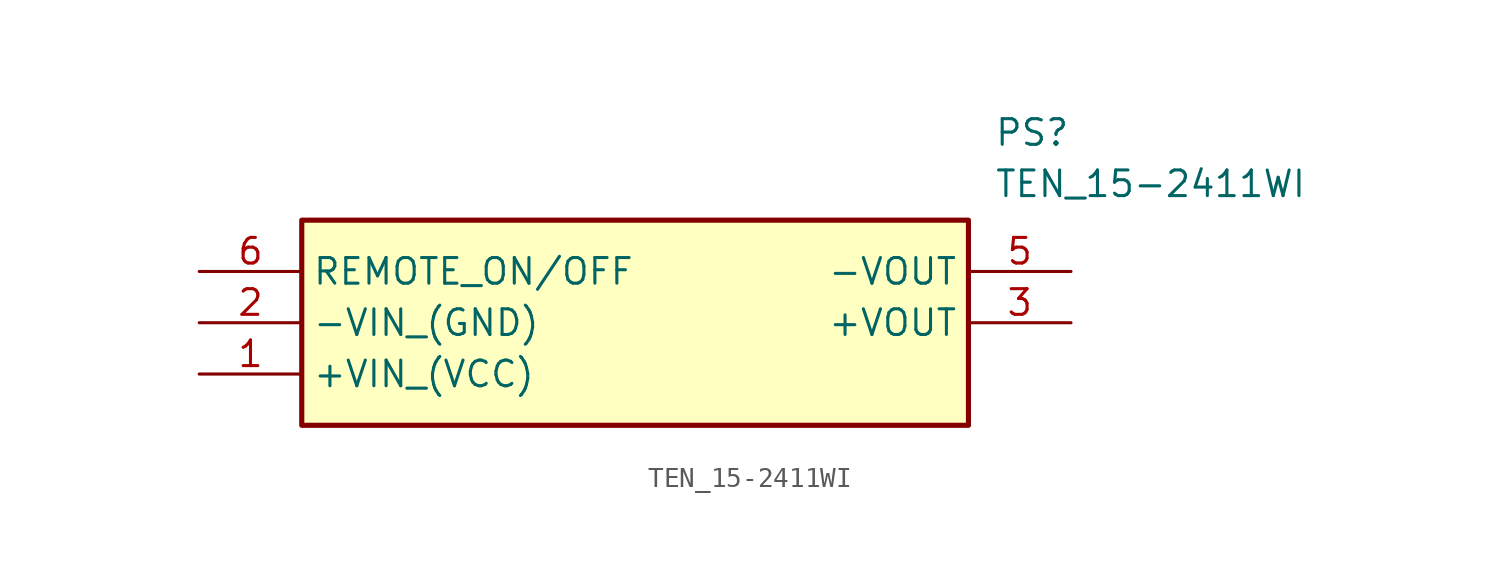
<source format=kicad_sym>
(kicad_symbol_lib
  (version 20211014)
  (generator SamacSys_ECAD_Model)
  (symbol "TEN_15-2411WI"
    (property "Reference" "PS"
      (at 39.37 7.62 0)
      (effects (font (size 1.27 1.27)) (justify left top)))
    (property "Value" "TEN_15-2411WI"
      (at 39.37 5.08 0)
      (effects (font (size 1.27 1.27)) (justify left top)))
    (rectangle
      (start 5.08 2.54)
      (end 38.1 -7.62)
      (stroke (width 0.254) (type default))
      (fill (type background)))
    (pin passive line
      (at 0 -5.08 0)
      (length 5.08)
      (name "+VIN_(VCC)" (effects (font (size 1.27 1.27))))
      (number "1" (effects (font (size 1.27 1.27)))))
    (pin passive line
      (at 0 -2.54 0)
      (length 5.08)
      (name "-VIN_(GND)" (effects (font (size 1.27 1.27))))
      (number "2" (effects (font (size 1.27 1.27)))))
    (pin passive line
      (at 43.18 -2.54 180)
      (length 5.08)
      (name "+VOUT" (effects (font (size 1.27 1.27))))
      (number "3" (effects (font (size 1.27 1.27)))))
    (pin passive line
      (at 43.18 0 180)
      (length 5.08)
      (name "-VOUT" (effects (font (size 1.27 1.27))))
      (number "5" (effects (font (size 1.27 1.27)))))
    (pin passive line
      (at 0 0 0)
      (length 5.08)
      (name "REMOTE_ON/OFF" (effects (font (size 1.27 1.27))))
      (number "6" (effects (font (size 1.27 1.27)))))))
</source>
